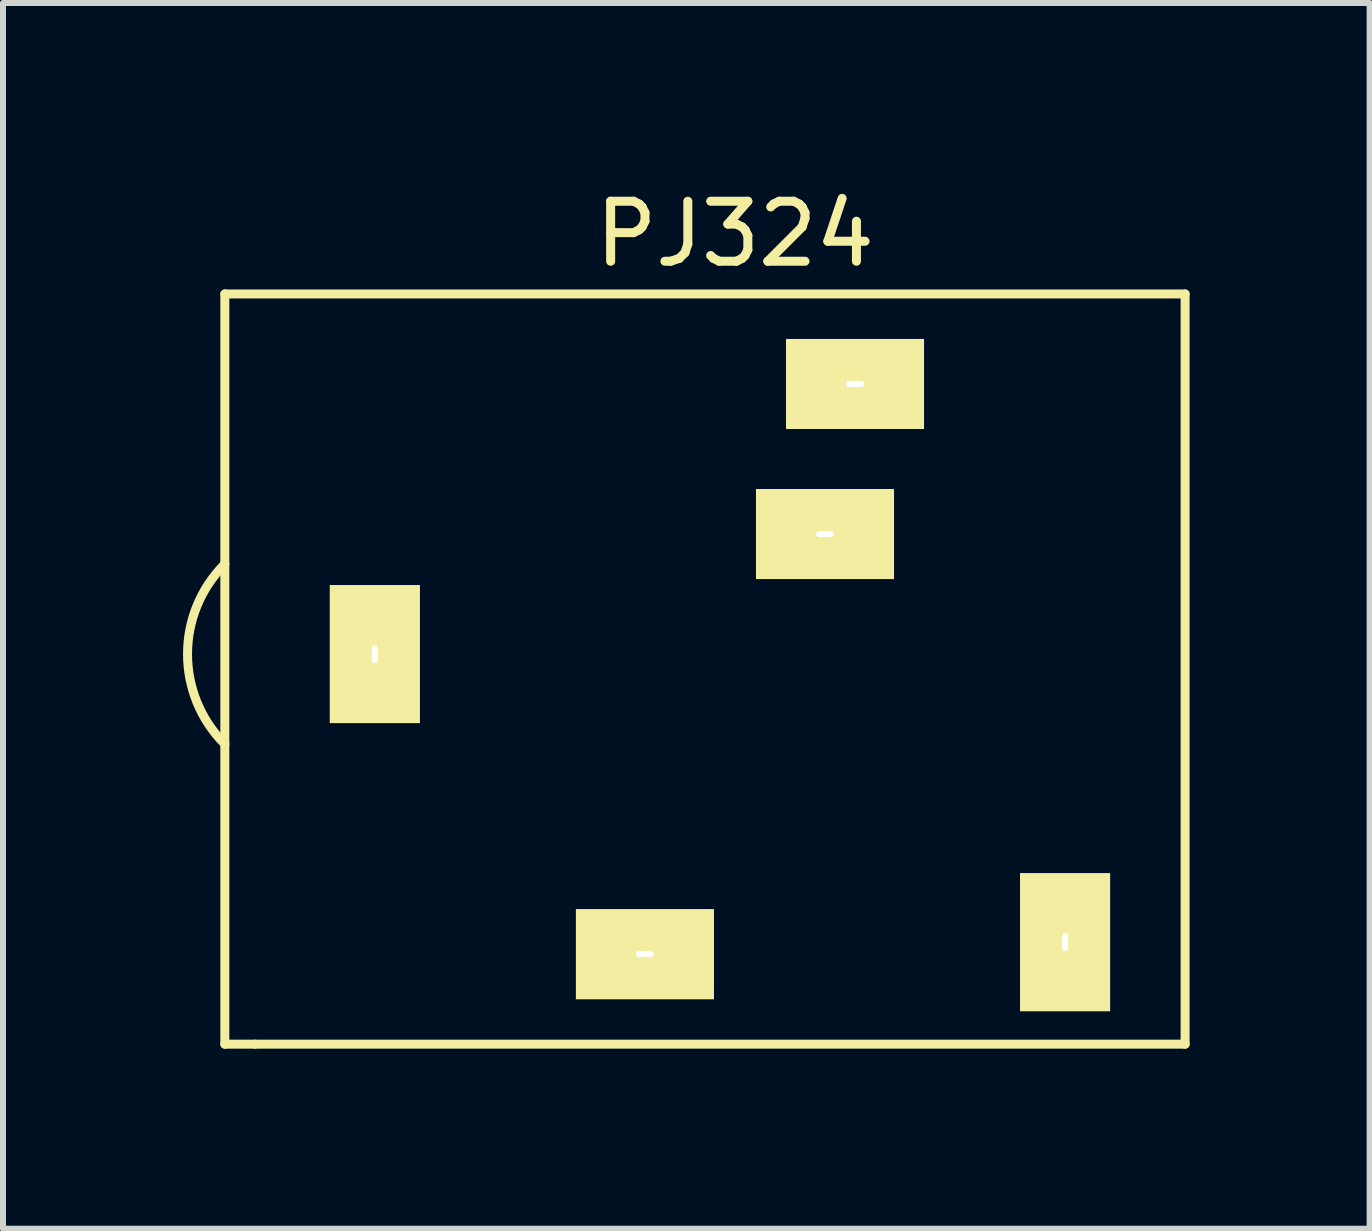
<source format=kicad_pcb>
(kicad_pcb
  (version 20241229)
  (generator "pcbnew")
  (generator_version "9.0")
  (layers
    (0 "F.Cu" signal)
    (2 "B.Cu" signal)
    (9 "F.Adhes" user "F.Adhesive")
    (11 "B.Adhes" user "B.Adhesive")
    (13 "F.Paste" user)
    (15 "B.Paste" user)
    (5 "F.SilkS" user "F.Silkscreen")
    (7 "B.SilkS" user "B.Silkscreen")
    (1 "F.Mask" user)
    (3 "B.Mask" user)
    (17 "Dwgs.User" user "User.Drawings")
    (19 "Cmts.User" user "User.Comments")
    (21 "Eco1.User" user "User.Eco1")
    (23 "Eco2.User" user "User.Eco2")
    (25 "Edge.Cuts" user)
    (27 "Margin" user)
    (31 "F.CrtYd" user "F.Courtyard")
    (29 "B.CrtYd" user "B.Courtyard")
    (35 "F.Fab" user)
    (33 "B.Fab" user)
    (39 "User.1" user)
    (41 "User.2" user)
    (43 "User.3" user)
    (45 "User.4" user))
  (footprint "PJ324"
    (layer "F.Cu")
    (at 0.696 7.848)
    (property "Reference" "PJ324" (at 8.5 -7 0) (layer "F.SilkS") (effects (font (size 1 1) (thickness 0.15))))
    (attr through_hole)
    (fp_line (start 0 -6) (end 16 -6) (stroke (width 0.15) (type solid)) (layer "F.SilkS"))
    (fp_line (start 0 6.5) (end 0 -6) (stroke (width 0.15) (type solid)) (layer "F.SilkS"))
    (fp_line (start 0.5 6.5) (end 0 6.5) (stroke (width 0.15) (type solid)) (layer "F.SilkS"))
    (fp_line (start 16 -6) (end 16 6.5) (stroke (width 0.15) (type solid)) (layer "F.SilkS"))
    (fp_line (start 16 6.5) (end 0.5 6.5) (stroke (width 0.15) (type solid)) (layer "F.SilkS"))
    (fp_arc (start 0 1.5) (mid -0.62132 0) (end 0 -1.5) (stroke (width 0.15) (type solid)) (layer "F.SilkS"))
    (pad "1" thru_hole rect (at 2.5 0) (size 1.5 2.3) (drill oval 0.1 0.3) (layers "*.Cu" "*.Mask" "F.SilkS"))
    (pad "2" thru_hole rect (at 7 5) (size 2.3 1.5) (drill oval 0.3 0.1) (layers "*.Cu" "*.Mask" "F.SilkS"))
    (pad "3" thru_hole rect (at 14 4.8) (size 1.5 2.3) (drill oval 0.1 0.3) (layers "*.Cu" "*.Mask" "F.SilkS"))
    (pad "4" thru_hole rect (at 10.5 -4.5) (size 2.3 1.5) (drill oval 0.3 0.1) (layers "*.Cu" "*.Mask" "F.SilkS"))
    (pad "5" thru_hole rect (at 10 -2) (size 2.3 1.5) (drill oval 0.3 0.1) (layers "*.Cu" "*.Mask" "F.SilkS")))
  (gr_rect
    (start -3 -3)
    (end 19.771 17.423)
    (stroke (width 0.1) (type default))
    (fill no)
    (layer "Edge.Cuts")))
</source>
